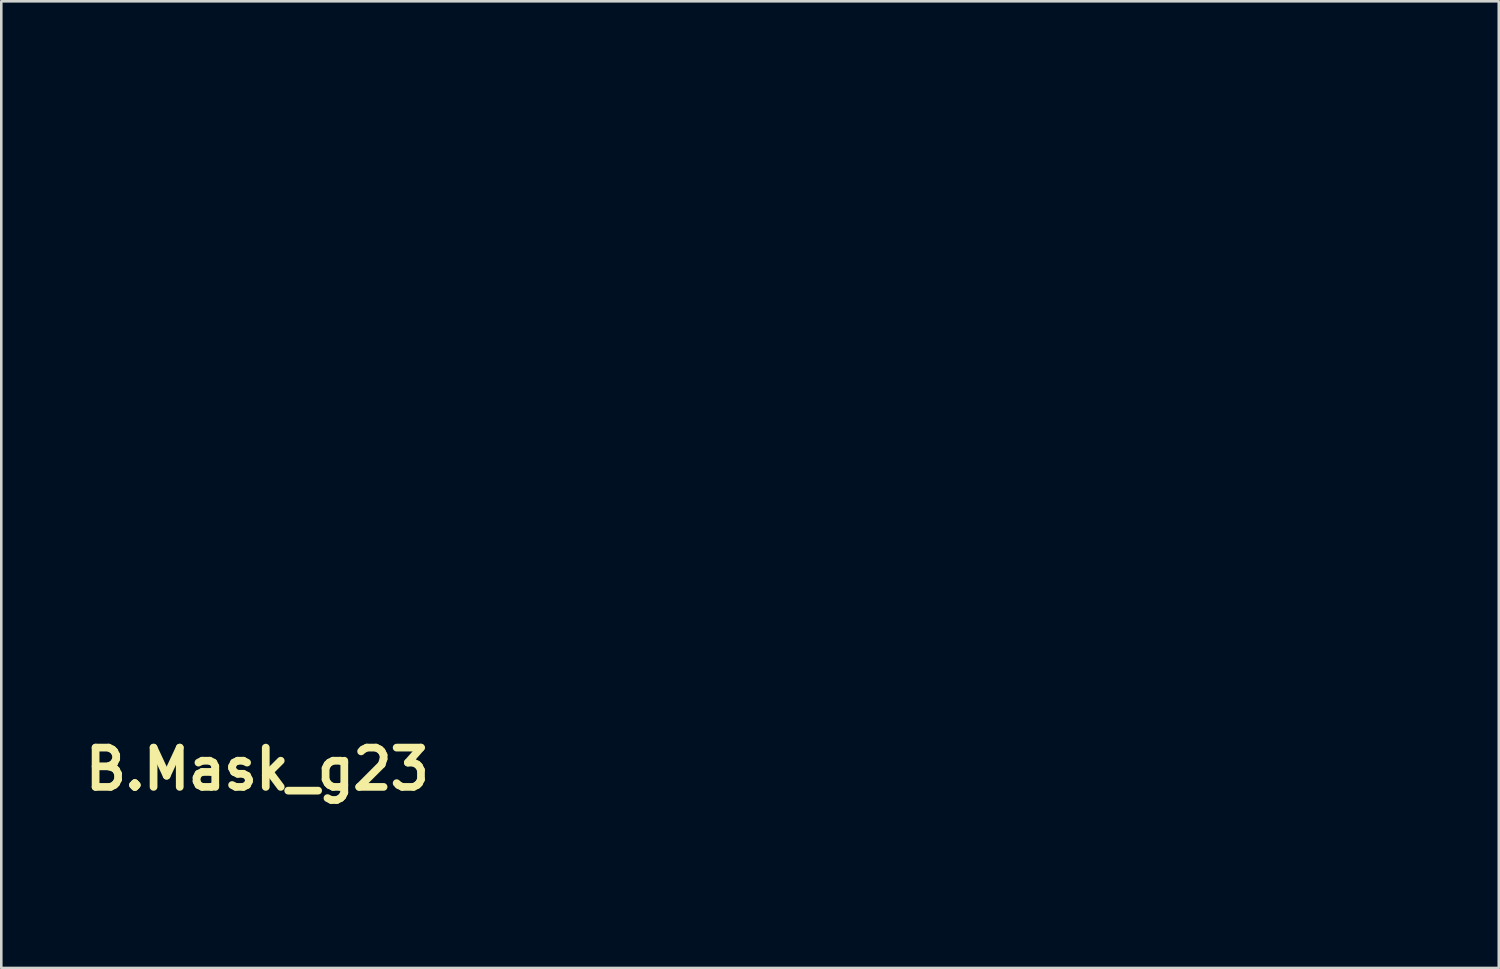
<source format=kicad_pcb>
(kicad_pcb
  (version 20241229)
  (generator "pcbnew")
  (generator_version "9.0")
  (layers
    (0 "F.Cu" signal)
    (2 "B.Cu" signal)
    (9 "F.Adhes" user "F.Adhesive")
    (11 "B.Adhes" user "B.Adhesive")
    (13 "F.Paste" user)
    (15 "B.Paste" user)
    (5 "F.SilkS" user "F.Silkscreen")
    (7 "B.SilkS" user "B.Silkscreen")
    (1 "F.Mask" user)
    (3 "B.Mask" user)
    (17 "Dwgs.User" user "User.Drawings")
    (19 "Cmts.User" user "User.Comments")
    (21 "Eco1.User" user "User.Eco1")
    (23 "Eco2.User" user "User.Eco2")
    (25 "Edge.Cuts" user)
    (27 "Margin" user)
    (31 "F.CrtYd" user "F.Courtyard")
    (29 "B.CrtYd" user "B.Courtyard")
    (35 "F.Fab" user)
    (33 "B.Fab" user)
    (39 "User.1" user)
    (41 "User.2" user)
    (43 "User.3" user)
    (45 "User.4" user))
  (footprint "B.Mask_g23"
    (layer "F.Cu")
    (at 6.938 26.801)
    (property "Reference" "B.Mask_g23" (at 0 0 0) (layer "F.SilkS") (effects (font (size 1.524 1.524) (thickness 0.3))))
    (attr through_hole)
    (fp_poly (pts (xy 2.422 -17.042) (xy 2.667 -16.985) (xy 2.894 -16.89) (xy 3.104 -16.757) (xy 3.243 -16.64) (xy 3.414 -16.459) (xy 3.552 -16.269) (xy 3.657 -16.066) (xy 3.732 -15.843) (xy 3.78 -15.596) (xy 3.803 -15.325) (xy 3.8 -15.03) (xy 3.767 -14.755) (xy 3.7 -14.488) (xy 3.598 -14.22) (xy 3.542 -14.102) (xy 3.386 -13.826) (xy 3.2 -13.576) (xy 2.99 -13.353) (xy 2.757 -13.162) (xy 2.507 -13.004) (xy 2.24 -12.882) (xy 2.102 -12.836) (xy 1.941 -12.8) (xy 1.763 -12.778) (xy 1.583 -12.77) (xy 1.415 -12.778) (xy 1.312 -12.793) (xy 1.068 -12.866) (xy 0.841 -12.977) (xy 0.635 -13.124) (xy 0.492 -13.261) (xy 0.367 -13.407) (xy 0.269 -13.552) (xy 0.187 -13.712) (xy 0.134 -13.843) (xy 0.055 -14.11) (xy 0.012 -14.395) (xy 0.003 -14.688) (xy 0.03 -14.985) (xy 0.093 -15.277) (xy 0.128 -15.393) (xy 0.251 -15.7) (xy 0.407 -15.983) (xy 0.592 -16.241) (xy 0.806 -16.47) (xy 1.047 -16.668) (xy 1.311 -16.832) (xy 1.365 -16.86) (xy 1.553 -16.946) (xy 1.724 -17.006) (xy 1.891 -17.042) (xy 2.068 -17.059) (xy 2.159 -17.06) (xy 2.422 -17.042)) (stroke (width 0.01) (type solid)) (fill yes) (layer "B.Mask"))
    (fp_poly (pts (xy 2.932 -20.372) (xy 3.339 -20.315) (xy 3.731 -20.22) (xy 4.11 -20.085) (xy 4.479 -19.91) (xy 4.724 -19.769) (xy 5.058 -19.537) (xy 5.368 -19.271) (xy 5.654 -18.974) (xy 5.912 -18.649) (xy 6.142 -18.298) (xy 6.341 -17.922) (xy 6.509 -17.526) (xy 6.643 -17.111) (xy 6.741 -16.69) (xy 6.785 -16.403) (xy 6.816 -16.089) (xy 6.834 -15.762) (xy 6.839 -15.435) (xy 6.83 -15.121) (xy 6.806 -14.834) (xy 6.805 -14.827) (xy 6.726 -14.33) (xy 6.606 -13.834) (xy 6.448 -13.345) (xy 6.254 -12.866) (xy 6.024 -12.403) (xy 5.762 -11.96) (xy 5.47 -11.54) (xy 5.384 -11.43) (xy 5.301 -11.331) (xy 5.192 -11.212) (xy 5.067 -11.08) (xy 4.932 -10.943) (xy 4.795 -10.807) (xy 4.663 -10.682) (xy 4.543 -10.573) (xy 4.445 -10.49) (xy 4.283 -10.368) (xy 4.098 -10.239) (xy 3.898 -10.11) (xy 3.691 -9.983) (xy 3.485 -9.865) (xy 3.287 -9.759) (xy 3.106 -9.67) (xy 2.948 -9.603) (xy 2.936 -9.599) (xy 2.882 -9.575) (xy 2.853 -9.555) (xy 2.851 -9.547) (xy 2.877 -9.54) (xy 2.937 -9.528) (xy 3.025 -9.513) (xy 3.132 -9.497) (xy 3.217 -9.485) (xy 3.678 -9.414) (xy 4.116 -9.329) (xy 4.528 -9.233) (xy 4.911 -9.125) (xy 5.263 -9.007) (xy 5.581 -8.88) (xy 5.863 -8.743) (xy 6.106 -8.599) (xy 6.11 -8.596) (xy 6.318 -8.437) (xy 6.488 -8.265) (xy 6.619 -8.082) (xy 6.711 -7.889) (xy 6.763 -7.688) (xy 6.775 -7.48) (xy 6.746 -7.268) (xy 6.675 -7.053) (xy 6.651 -7) (xy 6.531 -6.796) (xy 6.38 -6.618) (xy 6.196 -6.468) (xy 5.981 -6.346) (xy 5.733 -6.251) (xy 5.681 -6.236) (xy 5.568 -6.206) (xy 5.466 -6.181) (xy 5.368 -6.163) (xy 5.268 -6.149) (xy 5.157 -6.139) (xy 5.029 -6.133) (xy 4.877 -6.13) (xy 4.694 -6.129) (xy 4.572 -6.13) (xy 4.407 -6.131) (xy 4.257 -6.133) (xy 4.117 -6.137) (xy 3.981 -6.143) (xy 3.845 -6.153) (xy 3.702 -6.165) (xy 3.548 -6.182) (xy 3.376 -6.202) (xy 3.182 -6.228) (xy 2.96 -6.259) (xy 2.704 -6.296) (xy 2.54 -6.32) (xy 2.243 -6.363) (xy 1.984 -6.401) (xy 1.76 -6.433) (xy 1.566 -6.46) (xy 1.398 -6.483) (xy 1.254 -6.501) (xy 1.128 -6.515) (xy 1.018 -6.527) (xy 0.919 -6.535) (xy 0.828 -6.541) (xy 0.74 -6.545) (xy 0.653 -6.547) (xy 0.562 -6.548) (xy 0.508 -6.549) (xy 0.355 -6.548) (xy 0.237 -6.545) (xy 0.144 -6.538) (xy 0.069 -6.528) (xy 0.003 -6.513) (xy 0 -6.513) (xy -0.143 -6.463) (xy -0.248 -6.4) (xy -0.319 -6.321) (xy -0.357 -6.221) (xy -0.368 -6.107) (xy -0.36 -6.012) (xy -0.339 -5.904) (xy -0.307 -5.792) (xy -0.269 -5.684) (xy -0.227 -5.587) (xy -0.185 -5.511) (xy -0.144 -5.463) (xy -0.123 -5.451) (xy -0.094 -5.446) (xy -0.027 -5.433) (xy 0.074 -5.415) (xy 0.206 -5.391) (xy 0.366 -5.362) (xy 0.549 -5.329) (xy 0.752 -5.292) (xy 0.971 -5.253) (xy 1.203 -5.211) (xy 1.291 -5.196) (xy 1.58 -5.144) (xy 1.831 -5.098) (xy 2.047 -5.059) (xy 2.23 -5.024) (xy 2.385 -4.993) (xy 2.514 -4.965) (xy 2.621 -4.939) (xy 2.708 -4.915) (xy 2.779 -4.891) (xy 2.838 -4.866) (xy 2.887 -4.841) (xy 2.929 -4.813) (xy 2.968 -4.782) (xy 3.007 -4.747) (xy 3.038 -4.717) (xy 3.162 -4.571) (xy 3.233 -4.45) (xy 3.252 -4.412) (xy 3.269 -4.378) (xy 3.284 -4.346) (xy 3.297 -4.312) (xy 3.307 -4.275) (xy 3.314 -4.234) (xy 3.318 -4.185) (xy 3.318 -4.126) (xy 3.315 -4.056) (xy 3.308 -3.972) (xy 3.297 -3.872) (xy 3.281 -3.754) (xy 3.26 -3.615) (xy 3.235 -3.455) (xy 3.204 -3.269) (xy 3.167 -3.057) (xy 3.125 -2.815) (xy 3.077 -2.543) (xy 3.022 -2.237) (xy 2.961 -1.896) (xy 2.892 -1.517) (xy 2.827 -1.154) (xy 2.766 -0.814) (xy 2.706 -0.484) (xy 2.649 -0.165) (xy 2.594 0.138) (xy 2.542 0.424) (xy 2.494 0.69) (xy 2.45 0.934) (xy 2.41 1.152) (xy 2.376 1.343) (xy 2.347 1.503) (xy 2.323 1.631) (xy 2.306 1.723) (xy 2.296 1.776) (xy 2.295 1.785) (xy 2.274 1.865) (xy 2.242 1.972) (xy 2.2 2.093) (xy 2.154 2.217) (xy 2.137 2.26) (xy 2.083 2.398) (xy 2.048 2.499) (xy 2.032 2.564) (xy 2.033 2.594) (xy 2.033 2.594) (xy 2.06 2.613) (xy 2.119 2.646) (xy 2.205 2.692) (xy 2.313 2.747) (xy 2.435 2.808) (xy 2.568 2.874) (xy 2.704 2.939) (xy 2.838 3.003) (xy 2.965 3.062) (xy 3.078 3.114) (xy 3.172 3.154) (xy 3.175 3.156) (xy 3.789 3.395) (xy 4.394 3.595) (xy 4.997 3.758) (xy 5.602 3.885) (xy 6.215 3.978) (xy 6.318 3.99) (xy 6.484 4.006) (xy 6.682 4.018) (xy 6.901 4.028) (xy 7.133 4.035) (xy 7.366 4.039) (xy 7.591 4.039) (xy 7.798 4.035) (xy 7.977 4.028) (xy 8.043 4.023) (xy 8.619 3.965) (xy 9.172 3.878) (xy 9.711 3.761) (xy 10.246 3.613) (xy 10.403 3.563) (xy 10.712 3.458) (xy 11.01 3.346) (xy 11.306 3.223) (xy 11.609 3.087) (xy 11.925 2.933) (xy 12.264 2.758) (xy 12.388 2.692) (xy 13.004 2.369) (xy 13.593 2.077) (xy 14.158 1.814) (xy 14.701 1.579) (xy 15.223 1.372) (xy 15.728 1.193) (xy 16.216 1.04) (xy 16.691 0.912) (xy 17.154 0.809) (xy 17.608 0.73) (xy 17.759 0.709) (xy 18.034 0.68) (xy 18.328 0.664) (xy 18.627 0.661) (xy 18.922 0.67) (xy 19.201 0.691) (xy 19.453 0.724) (xy 19.505 0.733) (xy 19.878 0.821) (xy 20.227 0.943) (xy 20.551 1.097) (xy 20.849 1.282) (xy 21.119 1.499) (xy 21.361 1.745) (xy 21.573 2.02) (xy 21.705 2.234) (xy 21.806 2.413) (xy 21.946 2.413) (xy 22.101 2.433) (xy 22.248 2.491) (xy 22.381 2.583) (xy 22.493 2.702) (xy 22.571 2.833) (xy 22.607 2.953) (xy 22.62 3.093) (xy 22.61 3.236) (xy 22.577 3.367) (xy 22.558 3.41) (xy 22.468 3.552) (xy 22.355 3.662) (xy 22.225 3.741) (xy 22.083 3.789) (xy 21.935 3.806) (xy 21.787 3.792) (xy 21.645 3.747) (xy 21.514 3.672) (xy 21.4 3.565) (xy 21.308 3.427) (xy 21.301 3.412) (xy 21.259 3.288) (xy 21.24 3.146) (xy 21.244 3.002) (xy 21.272 2.872) (xy 21.288 2.832) (xy 21.326 2.764) (xy 21.381 2.688) (xy 21.443 2.615) (xy 21.504 2.554) (xy 21.555 2.515) (xy 21.571 2.508) (xy 21.592 2.498) (xy 21.597 2.481) (xy 21.584 2.445) (xy 21.555 2.385) (xy 21.454 2.21) (xy 21.327 2.029) (xy 21.183 1.855) (xy 21.127 1.794) (xy 20.88 1.565) (xy 20.605 1.369) (xy 20.303 1.204) (xy 19.975 1.073) (xy 19.621 0.973) (xy 19.241 0.906) (xy 18.835 0.872) (xy 18.404 0.87) (xy 17.949 0.902) (xy 17.537 0.955) (xy 17.05 1.045) (xy 16.54 1.169) (xy 16.008 1.325) (xy 15.455 1.512) (xy 14.883 1.731) (xy 14.294 1.98) (xy 13.69 2.259) (xy 13.072 2.568) (xy 12.636 2.798) (xy 12.32 2.967) (xy 12.032 3.116) (xy 11.767 3.246) (xy 11.52 3.361) (xy 11.284 3.464) (xy 11.053 3.557) (xy 10.822 3.642) (xy 10.655 3.7) (xy 10.119 3.865) (xy 9.585 4) (xy 9.041 4.108) (xy 8.477 4.189) (xy 8.234 4.216) (xy 8.106 4.225) (xy 7.945 4.233) (xy 7.759 4.238) (xy 7.557 4.241) (xy 7.348 4.242) (xy 7.141 4.24) (xy 6.944 4.236) (xy 6.767 4.23) (xy 6.618 4.221) (xy 6.551 4.216) (xy 5.875 4.132) (xy 5.223 4.016) (xy 4.593 3.868) (xy 3.98 3.686) (xy 3.379 3.469) (xy 2.786 3.215) (xy 2.356 3.007) (xy 1.908 2.778) (xy 1.828 2.908) (xy 1.685 3.12) (xy 1.512 3.338) (xy 1.318 3.553) (xy 1.114 3.755) (xy 0.909 3.932) (xy 0.783 4.027) (xy 0.632 4.126) (xy 0.452 4.229) (xy 0.258 4.33) (xy 0.062 4.422) (xy -0.123 4.499) (xy -0.235 4.539) (xy -0.427 4.597) (xy -0.601 4.641) (xy -0.772 4.672) (xy -0.95 4.693) (xy -1.147 4.705) (xy -1.344 4.71) (xy -1.479 4.711) (xy -1.604 4.712) (xy -1.71 4.711) (xy -1.792 4.709) (xy -1.839 4.707) (xy -1.841 4.706) (xy -1.891 4.698) (xy -1.971 4.684) (xy -2.07 4.665) (xy -2.171 4.646) (xy -2.547 4.549) (xy -2.909 4.414) (xy -3.253 4.244) (xy -3.577 4.04) (xy -3.879 3.805) (xy -4.156 3.54) (xy -4.407 3.249) (xy -4.628 2.934) (xy -4.817 2.596) (xy -4.972 2.239) (xy -5.088 1.871) (xy -5.133 1.679) (xy -5.167 1.489) (xy -5.19 1.292) (xy -5.203 1.074) (xy -5.209 0.836) (xy -5.213 0.434) (xy -4.703 -2.392) (xy -4.641 -2.734) (xy -4.581 -3.067) (xy -4.522 -3.387) (xy -4.466 -3.693) (xy -4.413 -3.98) (xy -4.363 -4.248) (xy -4.318 -4.494) (xy -4.276 -4.714) (xy -4.24 -4.906) (xy -4.209 -5.068) (xy -4.183 -5.197) (xy -4.164 -5.291) (xy -4.152 -5.347) (xy -4.149 -5.359) (xy -4.073 -5.533) (xy -3.965 -5.685) (xy -3.829 -5.811) (xy -3.67 -5.908) (xy -3.494 -5.971) (xy -3.306 -5.996) (xy -3.281 -5.996) (xy -3.23 -5.992) (xy -3.14 -5.981) (xy -3.013 -5.962) (xy -2.852 -5.936) (xy -2.658 -5.903) (xy -2.434 -5.865) (xy -2.182 -5.82) (xy -1.905 -5.77) (xy -1.791 -5.749) (xy -1.558 -5.707) (xy -1.337 -5.667) (xy -1.132 -5.63) (xy -0.947 -5.597) (xy -0.784 -5.568) (xy -0.648 -5.545) (xy -0.542 -5.527) (xy -0.469 -5.515) (xy -0.434 -5.51) (xy -0.43 -5.51) (xy -0.433 -5.533) (xy -0.45 -5.581) (xy -0.465 -5.618) (xy -0.528 -5.796) (xy -0.563 -5.971) (xy -0.571 -6.135) (xy -0.55 -6.28) (xy -0.521 -6.361) (xy -0.457 -6.466) (xy -0.369 -6.553) (xy -0.256 -6.624) (xy -0.115 -6.679) (xy 0.056 -6.717) (xy 0.257 -6.74) (xy 0.49 -6.747) (xy 0.757 -6.739) (xy 1.061 -6.716) (xy 1.401 -6.678) (xy 1.566 -6.656) (xy 1.681 -6.64) (xy 1.829 -6.62) (xy 2.002 -6.595) (xy 2.19 -6.568) (xy 2.386 -6.54) (xy 2.579 -6.512) (xy 2.656 -6.5) (xy 2.936 -6.46) (xy 3.179 -6.426) (xy 3.391 -6.398) (xy 3.578 -6.375) (xy 3.746 -6.357) (xy 3.901 -6.343) (xy 4.047 -6.333) (xy 4.19 -6.326) (xy 4.337 -6.322) (xy 4.492 -6.319) (xy 4.604 -6.319) (xy 4.859 -6.322) (xy 5.078 -6.33) (xy 5.268 -6.347) (xy 5.436 -6.372) (xy 5.588 -6.407) (xy 5.731 -6.452) (xy 5.87 -6.51) (xy 5.924 -6.535) (xy 6.094 -6.637) (xy 6.244 -6.767) (xy 6.371 -6.919) (xy 6.471 -7.087) (xy 6.54 -7.265) (xy 6.576 -7.446) (xy 6.575 -7.602) (xy 6.538 -7.783) (xy 6.465 -7.954) (xy 6.355 -8.114) (xy 6.206 -8.266) (xy 6.018 -8.411) (xy 5.79 -8.549) (xy 5.662 -8.615) (xy 5.348 -8.755) (xy 4.994 -8.883) (xy 4.599 -9.001) (xy 4.165 -9.107) (xy 3.691 -9.201) (xy 3.178 -9.284) (xy 2.815 -9.333) (xy 2.656 -9.352) (xy 2.531 -9.366) (xy 2.432 -9.374) (xy 2.349 -9.376) (xy 2.276 -9.373) (xy 2.203 -9.364) (xy 2.123 -9.35) (xy 2.064 -9.338) (xy 1.652 -9.274) (xy 1.24 -9.25) (xy 0.829 -9.265) (xy 0.425 -9.319) (xy 0.029 -9.41) (xy -0.353 -9.539) (xy -0.72 -9.705) (xy -1.067 -9.907) (xy -1.075 -9.912) (xy -1.417 -10.162) (xy -1.731 -10.442) (xy -2.016 -10.752) (xy -2.271 -11.089) (xy -2.494 -11.451) (xy -2.685 -11.838) (xy -2.842 -12.247) (xy -2.965 -12.676) (xy -3.05 -13.108) (xy -3.074 -13.302) (xy -3.094 -13.524) (xy -3.107 -13.764) (xy -3.114 -14.008) (xy -3.114 -14.04) (xy -1.625 -14.04) (xy -1.61 -13.674) (xy -1.568 -13.321) (xy -1.501 -12.99) (xy -1.446 -12.795) (xy -1.316 -12.45) (xy -1.156 -12.133) (xy -0.967 -11.844) (xy -0.752 -11.586) (xy -0.511 -11.359) (xy -0.245 -11.164) (xy 0.043 -11.004) (xy 0.353 -10.879) (xy 0.684 -10.791) (xy 0.725 -10.783) (xy 0.846 -10.767) (xy 0.999 -10.759) (xy 1.171 -10.757) (xy 1.352 -10.762) (xy 1.531 -10.774) (xy 1.698 -10.791) (xy 1.84 -10.813) (xy 1.884 -10.823) (xy 2.257 -10.932) (xy 2.62 -11.081) (xy 2.972 -11.269) (xy 3.31 -11.493) (xy 3.631 -11.752) (xy 3.934 -12.043) (xy 4.216 -12.366) (xy 4.475 -12.718) (xy 4.572 -12.869) (xy 4.65 -13.001) (xy 4.737 -13.16) (xy 4.826 -13.335) (xy 4.912 -13.512) (xy 4.988 -13.679) (xy 5.048 -13.822) (xy 5.104 -13.982) (xy 5.161 -14.17) (xy 5.215 -14.375) (xy 5.262 -14.582) (xy 5.3 -14.779) (xy 5.322 -14.919) (xy 5.349 -15.218) (xy 5.356 -15.534) (xy 5.345 -15.855) (xy 5.316 -16.169) (xy 5.27 -16.462) (xy 5.236 -16.614) (xy 5.131 -16.963) (xy 4.995 -17.289) (xy 4.83 -17.589) (xy 4.638 -17.862) (xy 4.421 -18.107) (xy 4.182 -18.322) (xy 3.922 -18.504) (xy 3.643 -18.654) (xy 3.348 -18.769) (xy 3.038 -18.847) (xy 2.716 -18.887) (xy 2.383 -18.887) (xy 2.306 -18.881) (xy 1.974 -18.839) (xy 1.661 -18.768) (xy 1.361 -18.667) (xy 1.065 -18.533) (xy 0.764 -18.363) (xy 0.647 -18.288) (xy 0.271 -18.015) (xy -0.074 -17.714) (xy -0.388 -17.384) (xy -0.67 -17.029) (xy -0.919 -16.65) (xy -1.133 -16.247) (xy -1.311 -15.824) (xy -1.452 -15.382) (xy -1.512 -15.136) (xy -1.576 -14.779) (xy -1.614 -14.411) (xy -1.625 -14.04) (xy -3.114 -14.04) (xy -3.114 -14.244) (xy -3.108 -14.423) (xy -3.062 -14.934) (xy -2.975 -15.439) (xy -2.848 -15.934) (xy -2.684 -16.418) (xy -2.483 -16.888) (xy -2.246 -17.34) (xy -1.975 -17.773) (xy -1.672 -18.184) (xy -1.337 -18.57) (xy -0.972 -18.928) (xy -0.673 -19.183) (xy -0.276 -19.478) (xy 0.124 -19.731) (xy 0.527 -19.942) (xy 0.936 -20.112) (xy 1.35 -20.242) (xy 1.771 -20.33) (xy 2.2 -20.379) (xy 2.508 -20.39) (xy 2.932 -20.372)) (stroke (width 0.01) (type solid)) (fill yes) (layer "B.Mask"))
    (fp_poly (pts (xy 36.071 -26.791) (xy 36.092 -26.78) (xy 36.109 -26.766) (xy 36.126 -26.75) (xy 36.14 -26.733) (xy 36.149 -26.713) (xy 36.153 -26.688) (xy 36.15 -26.653) (xy 36.138 -26.607) (xy 36.118 -26.547) (xy 36.088 -26.471) (xy 36.047 -26.375) (xy 35.994 -26.256) (xy 35.928 -26.113) (xy 35.847 -25.941) (xy 35.751 -25.74) (xy 35.639 -25.505) (xy 35.533 -25.284) (xy 35.424 -25.052) (xy 35.333 -24.853) (xy 35.26 -24.683) (xy 35.204 -24.538) (xy 35.162 -24.413) (xy 35.135 -24.305) (xy 35.121 -24.209) (xy 35.119 -24.121) (xy 35.127 -24.038) (xy 35.144 -23.954) (xy 35.147 -23.945) (xy 35.218 -23.729) (xy 35.313 -23.546) (xy 35.435 -23.39) (xy 35.589 -23.254) (xy 35.67 -23.198) (xy 35.754 -23.147) (xy 35.868 -23.084) (xy 36.003 -23.012) (xy 36.151 -22.937) (xy 36.302 -22.862) (xy 36.448 -22.792) (xy 36.581 -22.731) (xy 36.691 -22.684) (xy 36.702 -22.68) (xy 36.894 -22.616) (xy 37.072 -22.587) (xy 37.244 -22.59) (xy 37.423 -22.627) (xy 37.459 -22.637) (xy 37.607 -22.687) (xy 37.724 -22.737) (xy 37.817 -22.793) (xy 37.898 -22.864) (xy 37.975 -22.955) (xy 38.059 -23.075) (xy 38.063 -23.082) (xy 38.101 -23.145) (xy 38.155 -23.24) (xy 38.222 -23.362) (xy 38.298 -23.505) (xy 38.381 -23.664) (xy 38.467 -23.833) (xy 38.554 -24.006) (xy 38.558 -24.014) (xy 38.7 -24.297) (xy 38.829 -24.547) (xy 38.943 -24.763) (xy 39.041 -24.945) (xy 39.125 -25.092) (xy 39.193 -25.202) (xy 39.244 -25.275) (xy 39.279 -25.311) (xy 39.289 -25.315) (xy 39.332 -25.297) (xy 39.389 -25.244) (xy 39.455 -25.162) (xy 39.528 -25.056) (xy 39.604 -24.931) (xy 39.681 -24.793) (xy 39.754 -24.645) (xy 39.82 -24.493) (xy 39.839 -24.448) (xy 39.908 -24.253) (xy 39.972 -24.036) (xy 40.027 -23.812) (xy 40.07 -23.597) (xy 40.091 -23.453) (xy 40.106 -23.249) (xy 40.109 -23.02) (xy 40.099 -22.783) (xy 40.079 -22.552) (xy 40.048 -22.343) (xy 40.039 -22.298) (xy 39.936 -21.909) (xy 39.794 -21.536) (xy 39.614 -21.179) (xy 39.399 -20.843) (xy 39.15 -20.531) (xy 38.98 -20.352) (xy 38.758 -20.145) (xy 38.542 -19.973) (xy 38.325 -19.83) (xy 38.1 -19.713) (xy 37.881 -19.624) (xy 37.632 -19.533) (xy 37.419 -19.456) (xy 37.24 -19.39) (xy 37.091 -19.335) (xy 36.968 -19.29) (xy 36.868 -19.252) (xy 36.789 -19.222) (xy 36.726 -19.197) (xy 36.676 -19.176) (xy 36.637 -19.159) (xy 36.498 -19.084) (xy 36.351 -18.985) (xy 36.206 -18.869) (xy 36.073 -18.746) (xy 35.963 -18.624) (xy 35.912 -18.554) (xy 35.868 -18.482) (xy 35.808 -18.375) (xy 35.734 -18.237) (xy 35.648 -18.072) (xy 35.551 -17.883) (xy 35.446 -17.674) (xy 35.333 -17.448) (xy 35.216 -17.21) (xy 35.096 -16.963) (xy 34.975 -16.71) (xy 34.944 -16.646) (xy 34.549 -15.814) (xy 34.634 -15.746) (xy 34.72 -15.673) (xy 34.825 -15.575) (xy 34.942 -15.463) (xy 35.062 -15.342) (xy 35.178 -15.223) (xy 35.28 -15.112) (xy 35.314 -15.073) (xy 35.53 -14.811) (xy 35.725 -14.55) (xy 35.904 -14.278) (xy 36.074 -13.986) (xy 36.242 -13.663) (xy 36.258 -13.63) (xy 36.337 -13.466) (xy 36.411 -13.304) (xy 36.482 -13.14) (xy 36.551 -12.972) (xy 36.618 -12.794) (xy 36.687 -12.603) (xy 36.757 -12.395) (xy 36.83 -12.166) (xy 36.908 -11.914) (xy 36.991 -11.633) (xy 37.081 -11.32) (xy 37.18 -10.972) (xy 37.223 -10.816) (xy 37.31 -10.504) (xy 37.388 -10.229) (xy 37.458 -9.986) (xy 37.521 -9.773) (xy 37.578 -9.583) (xy 37.631 -9.414) (xy 37.681 -9.262) (xy 37.728 -9.121) (xy 37.776 -8.989) (xy 37.824 -8.861) (xy 37.867 -8.752) (xy 37.916 -8.63) (xy 37.971 -8.504) (xy 38.026 -8.381) (xy 38.081 -8.265) (xy 38.131 -8.163) (xy 38.174 -8.081) (xy 38.207 -8.025) (xy 38.227 -8.001) (xy 38.228 -8.001) (xy 38.242 -8.019) (xy 38.272 -8.072) (xy 38.317 -8.156) (xy 38.375 -8.267) (xy 38.444 -8.402) (xy 38.523 -8.556) (xy 38.609 -8.727) (xy 38.702 -8.91) (xy 38.798 -9.103) (xy 38.896 -9.301) (xy 38.995 -9.5) (xy 39.093 -9.698) (xy 39.187 -9.89) (xy 39.276 -10.074) (xy 39.358 -10.244) (xy 39.432 -10.398) (xy 39.496 -10.533) (xy 39.547 -10.643) (xy 39.583 -10.725) (xy 39.621 -10.813) (xy 39.543 -10.802) (xy 39.331 -10.765) (xy 39.089 -10.712) (xy 38.824 -10.645) (xy 38.668 -10.601) (xy 38.507 -10.557) (xy 38.382 -10.526) (xy 38.293 -10.509) (xy 38.243 -10.506) (xy 38.239 -10.507) (xy 38.223 -10.512) (xy 38.209 -10.519) (xy 38.195 -10.533) (xy 38.182 -10.559) (xy 38.166 -10.599) (xy 38.148 -10.658) (xy 38.126 -10.739) (xy 38.099 -10.848) (xy 38.065 -10.987) (xy 38.024 -11.161) (xy 37.993 -11.288) (xy 37.954 -11.453) (xy 37.924 -11.583) (xy 37.903 -11.681) (xy 37.889 -11.753) (xy 37.882 -11.804) (xy 37.881 -11.839) (xy 37.885 -11.863) (xy 37.894 -11.88) (xy 37.894 -11.881) (xy 37.934 -11.913) (xy 38.01 -11.951) (xy 38.118 -11.993) (xy 38.253 -12.038) (xy 38.409 -12.083) (xy 38.583 -12.129) (xy 38.768 -12.173) (xy 38.959 -12.214) (xy 39.152 -12.251) (xy 39.342 -12.283) (xy 39.517 -12.308) (xy 40.014 -12.349) (xy 40.514 -12.351) (xy 41.013 -12.315) (xy 41.506 -12.241) (xy 41.988 -12.131) (xy 42.456 -11.984) (xy 42.905 -11.802) (xy 42.979 -11.768) (xy 43.219 -11.638) (xy 43.466 -11.474) (xy 43.71 -11.283) (xy 43.945 -11.071) (xy 44.163 -10.845) (xy 44.356 -10.612) (xy 44.369 -10.595) (xy 44.492 -10.418) (xy 44.605 -10.231) (xy 44.711 -10.025) (xy 44.813 -9.797) (xy 44.914 -9.538) (xy 45.011 -9.26) (xy 45.074 -9.062) (xy 45.12 -8.891) (xy 45.151 -8.74) (xy 45.169 -8.597) (xy 45.176 -8.455) (xy 45.177 -8.435) (xy 45.17 -8.252) (xy 45.15 -8.103) (xy 45.116 -7.991) (xy 45.069 -7.915) (xy 45.01 -7.878) (xy 44.98 -7.874) (xy 44.95 -7.875) (xy 44.925 -7.883) (xy 44.902 -7.903) (xy 44.874 -7.942) (xy 44.839 -8.004) (xy 44.79 -8.096) (xy 44.768 -8.139) (xy 44.551 -8.512) (xy 44.298 -8.87) (xy 44.013 -9.206) (xy 43.834 -9.39) (xy 43.724 -9.492) (xy 43.634 -9.563) (xy 43.558 -9.607) (xy 43.49 -9.625) (xy 43.424 -9.622) (xy 43.387 -9.612) (xy 43.321 -9.578) (xy 43.261 -9.531) (xy 43.26 -9.53) (xy 43.243 -9.503) (xy 43.209 -9.441) (xy 43.159 -9.346) (xy 43.094 -9.221) (xy 43.017 -9.069) (xy 42.928 -8.893) (xy 42.828 -8.694) (xy 42.719 -8.477) (xy 42.603 -8.244) (xy 42.481 -7.997) (xy 42.354 -7.739) (xy 42.315 -7.66) (xy 42.161 -7.348) (xy 42.026 -7.072) (xy 41.907 -6.829) (xy 41.804 -6.618) (xy 41.715 -6.435) (xy 41.64 -6.278) (xy 41.578 -6.145) (xy 41.528 -6.034) (xy 41.489 -5.942) (xy 41.46 -5.867) (xy 41.44 -5.806) (xy 41.427 -5.757) (xy 41.422 -5.719) (xy 41.423 -5.688) (xy 41.429 -5.661) (xy 41.439 -5.638) (xy 41.452 -5.615) (xy 41.465 -5.594) (xy 41.501 -5.546) (xy 41.547 -5.509) (xy 41.609 -5.482) (xy 41.696 -5.461) (xy 41.813 -5.445) (xy 41.91 -5.435) (xy 42.253 -5.424) (xy 42.6 -5.453) (xy 42.915 -5.515) (xy 43.042 -5.543) (xy 43.137 -5.555) (xy 43.211 -5.55) (xy 43.273 -5.528) (xy 43.328 -5.489) (xy 43.408 -5.399) (xy 43.449 -5.299) (xy 43.451 -5.195) (xy 43.415 -5.095) (xy 43.341 -5.004) (xy 43.303 -4.974) (xy 43.221 -4.92) (xy 43.107 -4.857) (xy 42.972 -4.788) (xy 42.824 -4.718) (xy 42.673 -4.651) (xy 42.527 -4.591) (xy 42.396 -4.543) (xy 42.37 -4.534) (xy 42.08 -4.45) (xy 41.79 -4.387) (xy 41.506 -4.345) (xy 41.238 -4.326) (xy 40.993 -4.331) (xy 40.932 -4.337) (xy 40.741 -4.365) (xy 40.525 -4.409) (xy 40.295 -4.467) (xy 40.064 -4.534) (xy 39.842 -4.607) (xy 39.642 -4.683) (xy 39.498 -4.747) (xy 39.396 -4.802) (xy 39.269 -4.877) (xy 39.125 -4.967) (xy 38.974 -5.066) (xy 38.824 -5.169) (xy 38.682 -5.269) (xy 38.559 -5.362) (xy 38.523 -5.39) (xy 38.318 -5.565) (xy 38.105 -5.766) (xy 37.892 -5.982) (xy 37.689 -6.204) (xy 37.504 -6.423) (xy 37.356 -6.617) (xy 37.204 -6.836) (xy 39.099 -6.836) (xy 39.099 -6.822) (xy 39.1 -6.82) (xy 39.128 -6.792) (xy 39.184 -6.744) (xy 39.258 -6.682) (xy 39.344 -6.611) (xy 39.436 -6.537) (xy 39.525 -6.467) (xy 39.605 -6.404) (xy 39.665 -6.36) (xy 39.72 -6.323) (xy 39.794 -6.274) (xy 39.882 -6.219) (xy 39.976 -6.16) (xy 40.069 -6.104) (xy 40.155 -6.053) (xy 40.225 -6.012) (xy 40.275 -5.985) (xy 40.295 -5.977) (xy 40.295 -5.977) (xy 40.305 -5.996) (xy 40.333 -6.051) (xy 40.377 -6.139) (xy 40.436 -6.258) (xy 40.509 -6.406) (xy 40.594 -6.579) (xy 40.692 -6.776) (xy 40.8 -6.994) (xy 40.917 -7.231) (xy 41.042 -7.485) (xy 41.174 -7.753) (xy 41.312 -8.032) (xy 41.37 -8.149) (xy 41.51 -8.433) (xy 41.645 -8.706) (xy 41.773 -8.967) (xy 41.893 -9.212) (xy 42.005 -9.44) (xy 42.106 -9.648) (xy 42.196 -9.833) (xy 42.274 -9.993) (xy 42.338 -10.126) (xy 42.388 -10.229) (xy 42.421 -10.3) (xy 42.438 -10.336) (xy 42.439 -10.341) (xy 42.419 -10.364) (xy 42.363 -10.397) (xy 42.274 -10.439) (xy 42.156 -10.487) (xy 42.012 -10.541) (xy 41.848 -10.598) (xy 41.825 -10.606) (xy 41.697 -10.646) (xy 41.563 -10.686) (xy 41.431 -10.722) (xy 41.307 -10.753) (xy 41.197 -10.778) (xy 41.108 -10.795) (xy 41.047 -10.803) (xy 41.019 -10.8) (xy 41.019 -10.8) (xy 41.008 -10.779) (xy 40.98 -10.723) (xy 40.935 -10.634) (xy 40.876 -10.514) (xy 40.803 -10.367) (xy 40.717 -10.194) (xy 40.621 -9.998) (xy 40.514 -9.782) (xy 40.399 -9.548) (xy 40.276 -9.299) (xy 40.147 -9.037) (xy 40.04 -8.818) (xy 39.881 -8.494) (xy 39.74 -8.206) (xy 39.615 -7.952) (xy 39.507 -7.73) (xy 39.414 -7.538) (xy 39.335 -7.374) (xy 39.269 -7.235) (xy 39.216 -7.121) (xy 39.174 -7.028) (xy 39.142 -6.955) (xy 39.119 -6.9) (xy 39.105 -6.861) (xy 39.099 -6.836) (xy 37.204 -6.836) (xy 37.202 -6.84) (xy 37.057 -7.067) (xy 36.921 -7.303) (xy 36.792 -7.55) (xy 36.667 -7.812) (xy 36.547 -8.093) (xy 36.43 -8.396) (xy 36.313 -8.724) (xy 36.196 -9.081) (xy 36.077 -9.47) (xy 35.955 -9.895) (xy 35.859 -10.245) (xy 35.765 -10.589) (xy 35.672 -10.918) (xy 35.581 -11.23) (xy 35.494 -11.52) (xy 35.412 -11.784) (xy 35.336 -12.019) (xy 35.267 -12.22) (xy 35.207 -12.383) (xy 35.139 -12.548) (xy 35.056 -12.733) (xy 34.964 -12.926) (xy 34.868 -13.116) (xy 34.774 -13.294) (xy 34.686 -13.449) (xy 34.643 -13.519) (xy 34.556 -13.647) (xy 34.447 -13.794) (xy 34.325 -13.948) (xy 34.199 -14.098) (xy 34.078 -14.233) (xy 33.989 -14.325) (xy 33.874 -14.437) (xy 32.908 -12.421) (xy 32.754 -12.099) (xy 32.618 -11.814) (xy 32.497 -11.562) (xy 32.393 -11.342) (xy 32.302 -11.152) (xy 32.225 -10.989) (xy 32.161 -10.851) (xy 32.108 -10.737) (xy 32.066 -10.643) (xy 32.033 -10.568) (xy 32.008 -10.509) (xy 31.992 -10.465) (xy 31.982 -10.434) (xy 31.977 -10.412) (xy 31.978 -10.398) (xy 31.982 -10.39) (xy 31.988 -10.386) (xy 31.989 -10.386) (xy 32.022 -10.381) (xy 32.092 -10.375) (xy 32.191 -10.37) (xy 32.314 -10.365) (xy 32.454 -10.36) (xy 32.575 -10.357) (xy 32.75 -10.354) (xy 32.891 -10.353) (xy 33.007 -10.354) (xy 33.105 -10.357) (xy 33.194 -10.363) (xy 33.283 -10.373) (xy 33.38 -10.385) (xy 33.422 -10.392) (xy 33.712 -10.442) (xy 34.015 -10.507) (xy 34.313 -10.583) (xy 34.56 -10.657) (xy 34.681 -10.693) (xy 34.768 -10.714) (xy 34.829 -10.718) (xy 34.87 -10.707) (xy 34.897 -10.68) (xy 34.902 -10.671) (xy 34.915 -10.635) (xy 34.935 -10.566) (xy 34.961 -10.469) (xy 34.99 -10.351) (xy 35.023 -10.218) (xy 35.057 -10.076) (xy 35.09 -9.931) (xy 35.123 -9.789) (xy 35.152 -9.658) (xy 35.176 -9.542) (xy 35.195 -9.448) (xy 35.207 -9.382) (xy 35.209 -9.351) (xy 35.209 -9.35) (xy 35.197 -9.328) (xy 35.172 -9.306) (xy 35.129 -9.284) (xy 35.062 -9.257) (xy 34.967 -9.225) (xy 34.836 -9.185) (xy 34.813 -9.177) (xy 34.425 -9.071) (xy 34.022 -8.982) (xy 33.62 -8.912) (xy 33.245 -8.867) (xy 32.966 -8.85) (xy 32.662 -8.849) (xy 32.344 -8.861) (xy 32.026 -8.887) (xy 31.722 -8.925) (xy 31.486 -8.966) (xy 31.317 -9.001) (xy 31.285 -8.953) (xy 31.252 -8.898) (xy 31.205 -8.811) (xy 31.145 -8.697) (xy 31.076 -8.561) (xy 31.001 -8.41) (xy 30.921 -8.248) (xy 30.841 -8.081) (xy 30.762 -7.916) (xy 30.688 -7.758) (xy 30.621 -7.612) (xy 30.564 -7.484) (xy 30.545 -7.44) (xy 30.431 -7.17) (xy 30.324 -6.914) (xy 30.226 -6.675) (xy 30.139 -6.458) (xy 30.064 -6.267) (xy 30.003 -6.106) (xy 29.957 -5.98) (xy 29.922 -5.868) (xy 29.898 -5.773) (xy 29.884 -5.675) (xy 29.875 -5.557) (xy 29.873 -5.524) (xy 29.87 -5.374) (xy 29.877 -5.23) (xy 29.897 -5.085) (xy 29.929 -4.93) (xy 29.977 -4.755) (xy 30.041 -4.553) (xy 30.056 -4.508) (xy 30.129 -4.283) (xy 30.186 -4.083) (xy 30.228 -3.896) (xy 30.26 -3.709) (xy 30.283 -3.509) (xy 30.29 -3.426) (xy 30.3 -3.036) (xy 30.268 -2.65) (xy 30.193 -2.268) (xy 30.077 -1.889) (xy 29.918 -1.513) (xy 29.887 -1.45) (xy 29.767 -1.225) (xy 29.643 -1.026) (xy 29.508 -0.84) (xy 29.352 -0.657) (xy 29.178 -0.476) (xy 28.957 -0.267) (xy 28.744 -0.091) (xy 28.529 0.057) (xy 28.304 0.183) (xy 28.058 0.293) (xy 27.794 0.389) (xy 27.568 0.46) (xy 27.367 0.515) (xy 27.191 0.555) (xy 27.045 0.578) (xy 26.931 0.585) (xy 26.852 0.574) (xy 26.823 0.561) (xy 26.785 0.514) (xy 26.776 0.474) (xy 26.781 0.438) (xy 26.796 0.384) (xy 26.824 0.31) (xy 26.864 0.212) (xy 26.919 0.087) (xy 26.989 -0.066) (xy 27.076 -0.251) (xy 27.181 -0.47) (xy 27.199 -0.508) (xy 27.321 -0.762) (xy 27.425 -0.981) (xy 27.513 -1.168) (xy 27.586 -1.329) (xy 27.646 -1.465) (xy 27.694 -1.58) (xy 27.732 -1.677) (xy 27.76 -1.761) (xy 27.78 -1.834) (xy 27.794 -1.9) (xy 27.803 -1.961) (xy 27.807 -2.003) (xy 27.802 -2.161) (xy 27.766 -2.333) (xy 27.703 -2.505) (xy 27.617 -2.666) (xy 27.545 -2.767) (xy 27.464 -2.851) (xy 27.352 -2.941) (xy 27.206 -3.037) (xy 27.026 -3.142) (xy 26.808 -3.257) (xy 26.552 -3.382) (xy 26.503 -3.405) (xy 26.328 -3.484) (xy 26.18 -3.543) (xy 26.055 -3.583) (xy 25.943 -3.608) (xy 25.839 -3.619) (xy 25.798 -3.619) (xy 25.642 -3.607) (xy 25.478 -3.572) (xy 25.319 -3.519) (xy 25.177 -3.452) (xy 25.066 -3.377) (xy 25.015 -3.326) (xy 24.956 -3.251) (xy 24.889 -3.151) (xy 24.811 -3.024) (xy 24.722 -2.867) (xy 24.62 -2.677) (xy 24.504 -2.453) (xy 24.372 -2.193) (xy 24.371 -2.191) (xy 24.23 -1.91) (xy 24.102 -1.661) (xy 23.989 -1.446) (xy 23.89 -1.264) (xy 23.806 -1.117) (xy 23.738 -1.006) (xy 23.687 -0.931) (xy 23.651 -0.894) (xy 23.641 -0.889) (xy 23.6 -0.907) (xy 23.545 -0.959) (xy 23.479 -1.037) (xy 23.408 -1.138) (xy 23.333 -1.256) (xy 23.26 -1.385) (xy 23.191 -1.521) (xy 23.164 -1.579) (xy 23.102 -1.73) (xy 23.039 -1.909) (xy 22.978 -2.102) (xy 22.925 -2.294) (xy 22.886 -2.455) (xy 22.867 -2.549) (xy 22.853 -2.631) (xy 22.843 -2.71) (xy 22.836 -2.794) (xy 22.832 -2.894) (xy 22.831 -3.019) (xy 22.83 -3.175) (xy 22.831 -3.332) (xy 22.832 -3.456) (xy 22.836 -3.556) (xy 22.843 -3.641) (xy 22.853 -3.72) (xy 22.867 -3.802) (xy 22.887 -3.896) (xy 22.887 -3.896) (xy 22.992 -4.29) (xy 23.135 -4.667) (xy 23.315 -5.025) (xy 23.53 -5.361) (xy 23.779 -5.674) (xy 24.06 -5.961) (xy 24.363 -6.213) (xy 24.45 -6.277) (xy 24.531 -6.332) (xy 24.612 -6.382) (xy 24.698 -6.429) (xy 24.795 -6.475) (xy 24.908 -6.524) (xy 25.044 -6.577) (xy 25.207 -6.638) (xy 25.403 -6.709) (xy 25.463 -6.731) (xy 25.701 -6.816) (xy 25.903 -6.89) (xy 26.073 -6.957) (xy 26.217 -7.017) (xy 26.339 -7.074) (xy 26.443 -7.129) (xy 26.534 -7.186) (xy 26.617 -7.246) (xy 26.696 -7.311) (xy 26.776 -7.386) (xy 26.839 -7.448) (xy 27.019 -7.631) (xy 27.366 -8.382) (xy 27.461 -8.587) (xy 27.566 -8.813) (xy 27.676 -9.049) (xy 27.786 -9.285) (xy 27.891 -9.509) (xy 27.986 -9.712) (xy 28.028 -9.802) (xy 28.344 -10.47) (xy 27.978 -10.839) (xy 27.73 -11.098) (xy 27.512 -11.346) (xy 27.381 -11.513) (xy 29.957 -11.513) (xy 29.969 -11.471) (xy 30 -11.431) (xy 30.056 -11.388) (xy 30.138 -11.34) (xy 30.25 -11.281) (xy 30.396 -11.209) (xy 30.468 -11.174) (xy 30.635 -11.093) (xy 30.769 -11.032) (xy 30.874 -10.987) (xy 30.955 -10.959) (xy 31.016 -10.946) (xy 31.061 -10.946) (xy 31.095 -10.959) (xy 31.121 -10.981) (xy 31.137 -11.007) (xy 31.169 -11.068) (xy 31.216 -11.161) (xy 31.277 -11.283) (xy 31.35 -11.431) (xy 31.433 -11.6) (xy 31.524 -11.79) (xy 31.624 -11.995) (xy 31.729 -12.213) (xy 31.839 -12.442) (xy 31.952 -12.677) (xy 32.067 -12.916) (xy 32.181 -13.156) (xy 32.294 -13.394) (xy 32.404 -13.626) (xy 32.51 -13.849) (xy 32.61 -14.06) (xy 32.702 -14.257) (xy 32.786 -14.435) (xy 32.859 -14.593) (xy 32.92 -14.726) (xy 32.968 -14.831) (xy 33.001 -14.907) (xy 33.018 -14.949) (xy 33.02 -14.956) (xy 33.011 -15.016) (xy 32.997 -15.052) (xy 32.973 -15.073) (xy 32.915 -15.108) (xy 32.832 -15.154) (xy 32.73 -15.208) (xy 32.614 -15.267) (xy 32.492 -15.328) (xy 32.369 -15.388) (xy 32.252 -15.443) (xy 32.147 -15.491) (xy 32.06 -15.528) (xy 31.999 -15.551) (xy 31.971 -15.557) (xy 31.919 -15.544) (xy 31.879 -15.52) (xy 31.866 -15.498) (xy 31.835 -15.44) (xy 31.79 -15.351) (xy 31.73 -15.233) (xy 31.658 -15.088) (xy 31.576 -14.922) (xy 31.484 -14.735) (xy 31.384 -14.533) (xy 31.278 -14.317) (xy 31.168 -14.09) (xy 31.054 -13.857) (xy 30.939 -13.62) (xy 30.823 -13.381) (xy 30.709 -13.145) (xy 30.597 -12.915) (xy 30.49 -12.692) (xy 30.389 -12.481) (xy 30.295 -12.285) (xy 30.21 -12.107) (xy 30.135 -11.949) (xy 30.073 -11.815) (xy 30.023 -11.708) (xy 30.01 -11.679) (xy 29.981 -11.613) (xy 29.962 -11.558) (xy 29.957 -11.513) (xy 27.381 -11.513) (xy 27.319 -11.592) (xy 27.143 -11.846) (xy 26.977 -12.116) (xy 26.816 -12.413) (xy 26.767 -12.508) (xy 26.663 -12.721) (xy 26.565 -12.936) (xy 26.471 -13.158) (xy 26.38 -13.39) (xy 26.29 -13.638) (xy 26.199 -13.906) (xy 26.107 -14.197) (xy 26.011 -14.516) (xy 25.911 -14.867) (xy 25.805 -15.255) (xy 25.783 -15.336) (xy 25.689 -15.68) (xy 25.595 -16.014) (xy 25.501 -16.333) (xy 25.409 -16.634) (xy 25.321 -16.913) (xy 25.237 -17.166) (xy 25.158 -17.39) (xy 25.086 -17.581) (xy 25.022 -17.734) (xy 25.014 -17.752) (xy 24.966 -17.855) (xy 24.91 -17.969) (xy 24.85 -18.085) (xy 24.79 -18.199) (xy 24.733 -18.302) (xy 24.683 -18.389) (xy 24.644 -18.453) (xy 24.619 -18.487) (xy 24.615 -18.49) (xy 24.603 -18.474) (xy 24.574 -18.423) (xy 24.53 -18.34) (xy 24.472 -18.23) (xy 24.403 -18.095) (xy 24.324 -17.94) (xy 24.236 -17.766) (xy 24.142 -17.579) (xy 24.043 -17.381) (xy 23.94 -17.175) (xy 23.836 -16.966) (xy 23.732 -16.756) (xy 23.63 -16.549) (xy 23.531 -16.348) (xy 23.438 -16.158) (xy 23.351 -15.98) (xy 23.273 -15.819) (xy 23.206 -15.677) (xy 23.15 -15.56) (xy 23.108 -15.469) (xy 23.081 -15.408) (xy 23.072 -15.381) (xy 23.072 -15.38) (xy 23.091 -15.371) (xy 23.147 -15.37) (xy 23.232 -15.378) (xy 23.342 -15.393) (xy 23.471 -15.414) (xy 23.614 -15.44) (xy 23.764 -15.47) (xy 23.918 -15.503) (xy 24.068 -15.538) (xy 24.21 -15.574) (xy 24.339 -15.611) (xy 24.345 -15.613) (xy 24.459 -15.644) (xy 24.541 -15.656) (xy 24.597 -15.649) (xy 24.634 -15.621) (xy 24.657 -15.573) (xy 24.676 -15.51) (xy 24.7 -15.418) (xy 24.728 -15.304) (xy 24.76 -15.173) (xy 24.793 -15.033) (xy 24.826 -14.888) (xy 24.857 -14.747) (xy 24.886 -14.614) (xy 24.911 -14.496) (xy 24.93 -14.4) (xy 24.942 -14.331) (xy 24.946 -14.296) (xy 24.946 -14.294) (xy 24.928 -14.266) (xy 24.889 -14.237) (xy 24.823 -14.207) (xy 24.727 -14.173) (xy 24.598 -14.135) (xy 24.431 -14.09) (xy 24.373 -14.075) (xy 23.85 -13.964) (xy 23.327 -13.893) (xy 22.806 -13.864) (xy 22.29 -13.876) (xy 21.779 -13.929) (xy 21.276 -14.023) (xy 20.781 -14.157) (xy 20.296 -14.333) (xy 20.196 -14.374) (xy 19.924 -14.504) (xy 19.67 -14.652) (xy 19.425 -14.825) (xy 19.18 -15.028) (xy 19.011 -15.186) (xy 18.759 -15.452) (xy 18.544 -15.724) (xy 18.397 -15.959) (xy 20.303 -15.959) (xy 20.304 -15.956) (xy 20.337 -15.94) (xy 20.402 -15.912) (xy 20.493 -15.874) (xy 20.6 -15.83) (xy 20.718 -15.783) (xy 20.839 -15.735) (xy 20.955 -15.689) (xy 21.059 -15.649) (xy 21.144 -15.618) (xy 21.198 -15.599) (xy 21.266 -15.578) (xy 21.352 -15.552) (xy 21.447 -15.525) (xy 21.542 -15.498) (xy 21.625 -15.475) (xy 21.688 -15.459) (xy 21.717 -15.453) (xy 21.729 -15.471) (xy 21.758 -15.521) (xy 21.799 -15.599) (xy 21.851 -15.699) (xy 21.91 -15.816) (xy 21.948 -15.891) (xy 22.003 -16) (xy 22.073 -16.141) (xy 22.156 -16.31) (xy 22.251 -16.502) (xy 22.355 -16.713) (xy 22.467 -16.94) (xy 22.584 -17.177) (xy 22.704 -17.421) (xy 22.824 -17.667) (xy 22.944 -17.91) (xy 23.061 -18.148) (xy 23.172 -18.374) (xy 23.275 -18.586) (xy 23.37 -18.779) (xy 23.452 -18.948) (xy 23.521 -19.09) (xy 23.574 -19.199) (xy 23.59 -19.233) (xy 23.744 -19.554) (xy 23.561 -19.691) (xy 23.42 -19.794) (xy 23.273 -19.896) (xy 23.125 -19.995) (xy 22.982 -20.087) (xy 22.847 -20.169) (xy 22.726 -20.239) (xy 22.624 -20.293) (xy 22.546 -20.328) (xy 22.497 -20.341) (xy 22.495 -20.341) (xy 22.44 -20.327) (xy 22.403 -20.283) (xy 22.389 -20.257) (xy 22.358 -20.195) (xy 22.311 -20.1) (xy 22.249 -19.974) (xy 22.173 -19.821) (xy 22.085 -19.642) (xy 21.985 -19.44) (xy 21.875 -19.217) (xy 21.757 -18.977) (xy 21.63 -18.721) (xy 21.498 -18.451) (xy 21.36 -18.172) (xy 21.324 -18.099) (xy 21.149 -17.742) (xy 20.992 -17.423) (xy 20.853 -17.138) (xy 20.731 -16.888) (xy 20.626 -16.67) (xy 20.537 -16.484) (xy 20.463 -16.328) (xy 20.404 -16.202) (xy 20.359 -16.102) (xy 20.327 -16.03) (xy 20.309 -15.983) (xy 20.303 -15.959) (xy 18.397 -15.959) (xy 18.365 -16.01) (xy 18.215 -16.315) (xy 18.094 -16.645) (xy 18.005 -16.966) (xy 17.936 -17.303) (xy 17.892 -17.637) (xy 17.872 -17.9) (xy 17.858 -18.179) (xy 17.923 -18.244) (xy 17.999 -18.295) (xy 18.082 -18.31) (xy 18.161 -18.287) (xy 18.176 -18.278) (xy 18.203 -18.247) (xy 18.244 -18.188) (xy 18.295 -18.108) (xy 18.348 -18.016) (xy 18.353 -18.008) (xy 18.474 -17.8) (xy 18.605 -17.591) (xy 18.738 -17.396) (xy 18.831 -17.269) (xy 18.924 -17.168) (xy 19.019 -17.109) (xy 19.118 -17.091) (xy 19.193 -17.101) (xy 19.262 -17.131) (xy 19.321 -17.174) (xy 19.329 -17.183) (xy 19.346 -17.211) (xy 19.38 -17.274) (xy 19.429 -17.369) (xy 19.493 -17.493) (xy 19.569 -17.643) (xy 19.657 -17.817) (xy 19.754 -18.01) (xy 19.859 -18.222) (xy 19.971 -18.447) (xy 20.088 -18.684) (xy 20.145 -18.799) (xy 20.288 -19.088) (xy 20.412 -19.342) (xy 20.52 -19.562) (xy 20.613 -19.752) (xy 20.691 -19.915) (xy 20.755 -20.052) (xy 20.807 -20.166) (xy 20.847 -20.261) (xy 20.877 -20.337) (xy 20.898 -20.399) (xy 20.91 -20.448) (xy 20.914 -20.488) (xy 20.912 -20.52) (xy 20.905 -20.547) (xy 20.894 -20.572) (xy 20.879 -20.597) (xy 20.871 -20.61) (xy 20.836 -20.66) (xy 20.796 -20.697) (xy 20.744 -20.721) (xy 20.674 -20.735) (xy 20.579 -20.741) (xy 20.452 -20.74) (xy 20.374 -20.737) (xy 20.005 -20.704) (xy 19.646 -20.634) (xy 19.303 -20.53) (xy 19.116 -20.455) (xy 19.048 -20.427) (xy 18.992 -20.409) (xy 18.967 -20.405) (xy 18.912 -20.421) (xy 18.865 -20.459) (xy 18.839 -20.507) (xy 18.839 -20.517) (xy 18.856 -20.588) (xy 18.906 -20.677) (xy 18.983 -20.779) (xy 19.084 -20.889) (xy 19.204 -21.003) (xy 19.339 -21.117) (xy 19.484 -21.227) (xy 19.552 -21.273) (xy 19.888 -21.473) (xy 20.232 -21.635) (xy 20.587 -21.759) (xy 20.957 -21.847) (xy 21.345 -21.899) (xy 21.756 -21.917) (xy 21.77 -21.917) (xy 22.098 -21.906) (xy 22.403 -21.875) (xy 22.692 -21.82) (xy 22.971 -21.74) (xy 23.247 -21.631) (xy 23.527 -21.492) (xy 23.818 -21.321) (xy 24.024 -21.186) (xy 24.452 -20.872) (xy 24.845 -20.533) (xy 25.205 -20.169) (xy 25.534 -19.777) (xy 25.831 -19.358) (xy 26.065 -18.97) (xy 26.182 -18.752) (xy 26.293 -18.526) (xy 26.4 -18.288) (xy 26.505 -18.035) (xy 26.608 -17.761) (xy 26.711 -17.464) (xy 26.816 -17.14) (xy 26.924 -16.783) (xy 27.036 -16.392) (xy 27.106 -16.14) (xy 27.206 -15.776) (xy 27.297 -15.45) (xy 27.38 -15.159) (xy 27.456 -14.897) (xy 27.527 -14.663) (xy 27.593 -14.452) (xy 27.656 -14.261) (xy 27.717 -14.086) (xy 27.776 -13.925) (xy 27.837 -13.773) (xy 27.898 -13.626) (xy 27.963 -13.482) (xy 28.031 -13.337) (xy 28.078 -13.24) (xy 28.188 -13.025) (xy 28.291 -12.845) (xy 28.391 -12.691) (xy 28.494 -12.557) (xy 28.604 -12.435) (xy 28.607 -12.433) (xy 28.674 -12.369) (xy 28.756 -12.3) (xy 28.845 -12.231) (xy 28.934 -12.167) (xy 29.013 -12.115) (xy 29.077 -12.079) (xy 29.116 -12.065) (xy 29.117 -12.065) (xy 29.129 -12.084) (xy 29.157 -12.137) (xy 29.2 -12.223) (xy 29.257 -12.337) (xy 29.325 -12.478) (xy 29.404 -12.64) (xy 29.492 -12.822) (xy 29.588 -13.02) (xy 29.689 -13.231) (xy 29.795 -13.452) (xy 29.904 -13.679) (xy 30.014 -13.91) (xy 30.125 -14.141) (xy 30.233 -14.37) (xy 30.339 -14.592) (xy 30.44 -14.805) (xy 30.534 -15.006) (xy 30.621 -15.191) (xy 30.699 -15.358) (xy 30.767 -15.503) (xy 30.822 -15.623) (xy 30.863 -15.715) (xy 30.89 -15.775) (xy 30.899 -15.801) (xy 30.899 -15.802) (xy 30.87 -15.811) (xy 30.804 -15.821) (xy 30.709 -15.83) (xy 30.592 -15.839) (xy 30.457 -15.846) (xy 30.313 -15.852) (xy 30.166 -15.855) (xy 30.11 -15.855) (xy 29.957 -15.856) (xy 29.836 -15.854) (xy 29.734 -15.849) (xy 29.64 -15.84) (xy 29.544 -15.826) (xy 29.433 -15.807) (xy 29.411 -15.803) (xy 29.243 -15.769) (xy 29.069 -15.73) (xy 28.899 -15.689) (xy 28.744 -15.648) (xy 28.614 -15.609) (xy 28.556 -15.59) (xy 28.447 -15.562) (xy 28.367 -15.564) (xy 28.317 -15.595) (xy 28.301 -15.627) (xy 28.277 -15.694) (xy 28.245 -15.788) (xy 28.209 -15.905) (xy 28.17 -16.037) (xy 28.129 -16.178) (xy 28.088 -16.322) (xy 28.049 -16.463) (xy 28.014 -16.595) (xy 27.985 -16.711) (xy 27.963 -16.805) (xy 27.951 -16.87) (xy 27.949 -16.901) (xy 27.961 -16.926) (xy 27.989 -16.951) (xy 28.037 -16.977) (xy 28.108 -17.006) (xy 28.207 -17.04) (xy 28.34 -17.08) (xy 28.495 -17.124) (xy 29.01 -17.248) (xy 29.528 -17.33) (xy 30.048 -17.37) (xy 30.57 -17.367) (xy 31.092 -17.323) (xy 31.313 -17.291) (xy 31.415 -17.275) (xy 31.501 -17.264) (xy 31.563 -17.257) (xy 31.592 -17.256) (xy 31.594 -17.257) (xy 31.607 -17.28) (xy 31.637 -17.339) (xy 31.68 -17.428) (xy 31.737 -17.544) (xy 31.803 -17.683) (xy 31.879 -17.841) (xy 31.961 -18.015) (xy 32.048 -18.2) (xy 32.139 -18.394) (xy 32.232 -18.591) (xy 32.324 -18.788) (xy 32.414 -18.982) (xy 32.5 -19.168) (xy 32.581 -19.343) (xy 32.654 -19.502) (xy 32.718 -19.643) (xy 32.771 -19.761) (xy 32.803 -19.833) (xy 32.874 -19.995) (xy 32.929 -20.126) (xy 32.972 -20.231) (xy 33.003 -20.318) (xy 33.024 -20.394) (xy 33.038 -20.466) (xy 33.045 -20.541) (xy 33.049 -20.625) (xy 33.049 -20.726) (xy 33.049 -20.786) (xy 33.048 -20.917) (xy 33.044 -21.028) (xy 33.034 -21.128) (xy 33.019 -21.225) (xy 32.995 -21.327) (xy 32.961 -21.442) (xy 32.916 -21.58) (xy 32.857 -21.748) (xy 32.852 -21.762) (xy 32.739 -22.143) (xy 32.666 -22.533) (xy 32.634 -22.927) (xy 32.641 -23.322) (xy 32.689 -23.714) (xy 32.778 -24.099) (xy 32.82 -24.236) (xy 32.883 -24.405) (xy 32.965 -24.593) (xy 33.06 -24.788) (xy 33.161 -24.977) (xy 33.262 -25.147) (xy 33.332 -25.252) (xy 33.42 -25.365) (xy 33.532 -25.495) (xy 33.66 -25.633) (xy 33.796 -25.772) (xy 33.933 -25.903) (xy 34.062 -26.018) (xy 34.176 -26.109) (xy 34.2 -26.127) (xy 34.431 -26.28) (xy 34.654 -26.405) (xy 34.862 -26.499) (xy 34.868 -26.502) (xy 35.098 -26.585) (xy 35.327 -26.657) (xy 35.546 -26.716) (xy 35.743 -26.758) (xy 35.812 -26.769) (xy 35.919 -26.785) (xy 35.992 -26.793) (xy 36.04 -26.796) (xy 36.071 -26.791)) (stroke (width 0.01) (type solid)) (fill yes) (layer "B.Mask")))
  (gr_rect
    (start -3 -3)
    (end 55.119 34.517)
    (stroke (width 0.1) (type default))
    (fill no)
    (layer "Edge.Cuts")))
</source>
